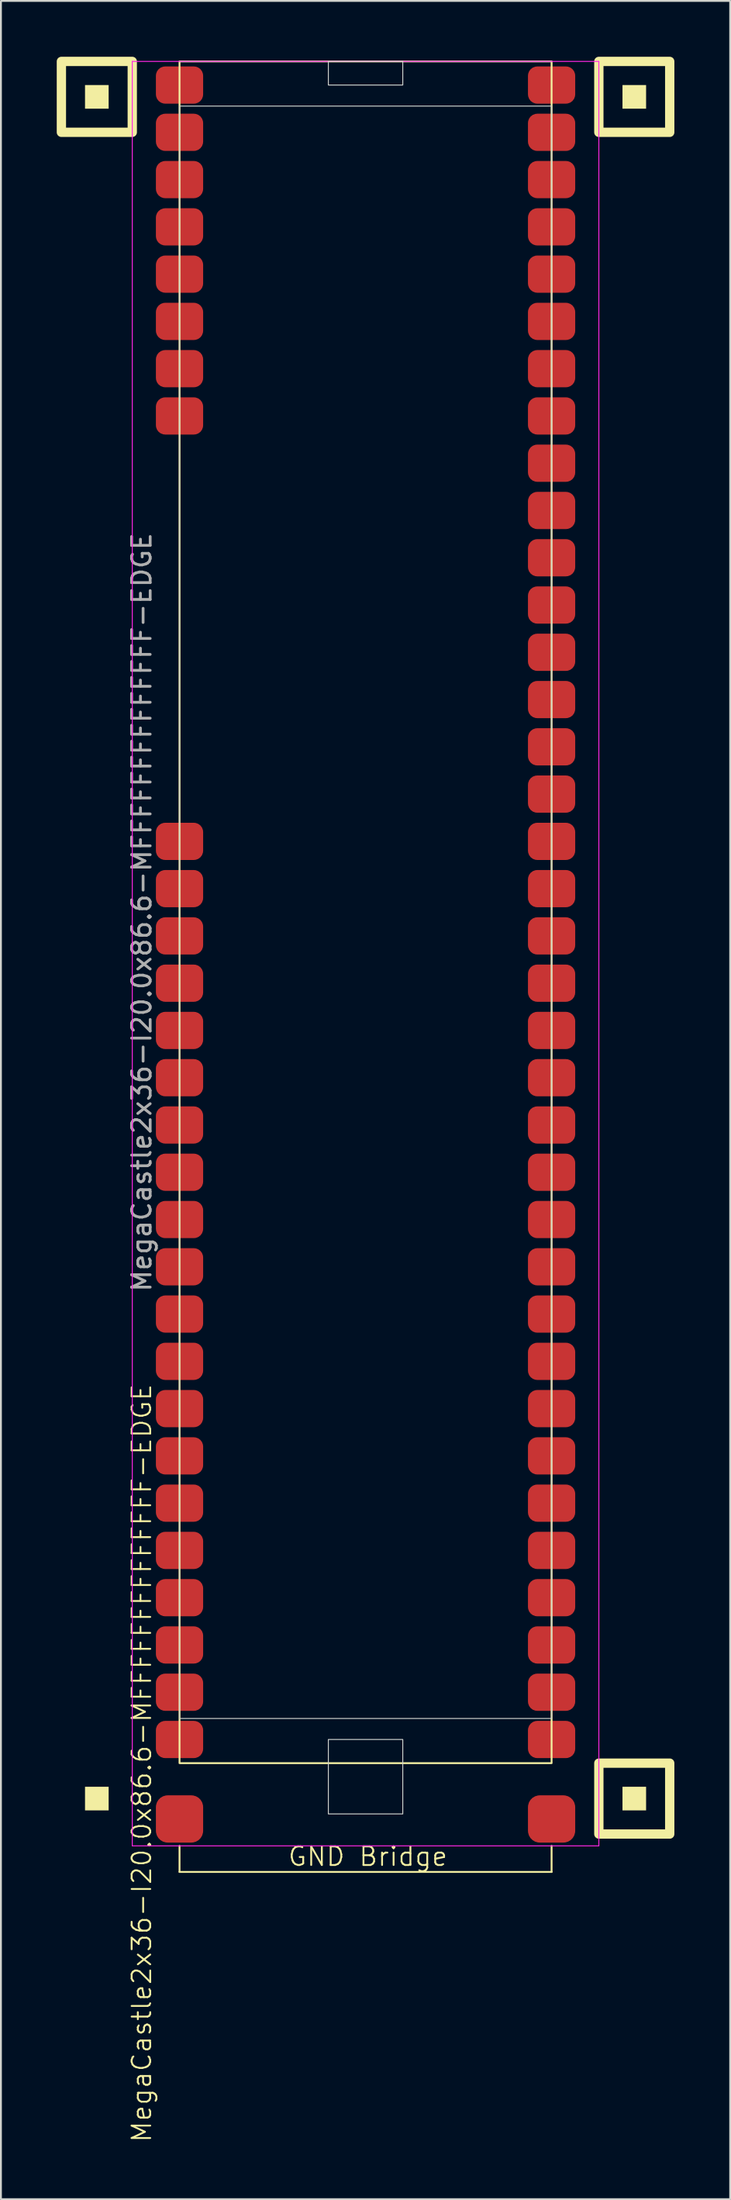
<source format=kicad_pcb>
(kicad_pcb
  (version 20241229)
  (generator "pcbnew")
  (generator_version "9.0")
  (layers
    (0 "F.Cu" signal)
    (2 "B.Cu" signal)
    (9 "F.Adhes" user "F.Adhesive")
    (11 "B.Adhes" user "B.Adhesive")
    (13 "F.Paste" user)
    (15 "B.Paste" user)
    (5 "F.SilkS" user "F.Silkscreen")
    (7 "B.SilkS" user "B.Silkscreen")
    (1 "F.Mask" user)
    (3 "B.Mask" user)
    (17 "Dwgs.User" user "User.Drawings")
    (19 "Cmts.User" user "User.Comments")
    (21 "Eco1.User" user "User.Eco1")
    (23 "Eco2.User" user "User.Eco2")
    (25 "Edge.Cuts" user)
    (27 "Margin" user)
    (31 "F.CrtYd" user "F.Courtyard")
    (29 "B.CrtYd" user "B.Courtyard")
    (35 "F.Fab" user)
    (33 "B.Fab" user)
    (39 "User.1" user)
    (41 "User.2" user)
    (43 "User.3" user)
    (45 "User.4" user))
  (footprint "MegaCastle2x36-I20.0x86.6-MFFFFFFFFFFFFFF-EDGE"
    (layer "F.Cu")
    (at 16.6 45.97)
    (property "Reference" "MegaCastle2x36-I20.0x86.6-MFFFFFFFFFFFFFF-EDGE" (at -12.032 45.72 90) (unlocked yes) (layer "F.SilkS") (effects (font (size 1 1) (thickness 0.1))))
    (attr smd)
    (fp_line (start -10 50.165) (end -10 51.565) (stroke (width 0.1) (type default)) (layer "F.SilkS"))
    (fp_line (start -10 51.565) (end 10 51.565) (stroke (width 0.1) (type default)) (layer "F.SilkS"))
    (fp_line (start 10 50.165) (end 10 51.565) (stroke (width 0.1) (type default)) (layer "F.SilkS"))
    (fp_rect (start -13.81 -43.18) (end -15.08 -44.45) (stroke (width 0) (type solid)) (fill yes) (layer "F.SilkS"))
    (fp_rect (start -13.81 48.26) (end -15.08 46.99) (stroke (width 0) (type solid)) (fill yes) (layer "F.SilkS"))
    (fp_rect (start -12.54 -41.91) (end -16.35 -45.72) (stroke (width 0.5) (type default)) (fill no) (layer "F.SilkS"))
    (fp_rect (start -10 -45.72) (end 10 45.72) (stroke (width 0.1) (type default)) (fill no) (layer "F.SilkS"))
    (fp_rect (start 15.08 -43.18) (end 13.81 -44.45) (stroke (width 0) (type solid)) (fill yes) (layer "F.SilkS"))
    (fp_rect (start 15.08 48.26) (end 13.81 46.99) (stroke (width 0) (type solid)) (fill yes) (layer "F.SilkS"))
    (fp_rect (start 16.35 -41.91) (end 12.54 -45.72) (stroke (width 0.5) (type default)) (fill no) (layer "F.SilkS"))
    (fp_rect (start 16.35 49.53) (end 12.54 45.72) (stroke (width 0.5) (type default)) (fill no) (layer "F.SilkS"))
    (fp_rect (start -10 -43.32) (end 10 43.32) (stroke (width 0.05) (type default)) (fill no) (layer "Edge.Cuts"))
    (fp_rect (start -2 -44.45) (end 2 -45.72) (stroke (width 0.05) (type default)) (fill no) (layer "Edge.Cuts"))
    (fp_rect (start -2 44.45) (end 2 48.45) (stroke (width 0.05) (type default)) (fill no) (layer "Edge.Cuts"))
    (fp_line (start -12.54 -45.72) (end -12.54 50.165) (stroke (width 0.05) (type default)) (layer "F.CrtYd"))
    (fp_line (start -12.54 50.165) (end 12.54 50.165) (stroke (width 0.05) (type default)) (layer "F.CrtYd"))
    (fp_line (start 12.54 -45.72) (end -12.54 -45.72) (stroke (width 0.05) (type default)) (layer "F.CrtYd"))
    (fp_line (start 12.54 -45.72) (end 12.54 50.165) (stroke (width 0.05) (type default)) (layer "F.CrtYd"))
    (fp_text user "GND Bridge" (at -4.226 51.32 0) (unlocked yes) (layer "F.SilkS") (effects (font (size 1 1) (thickness 0.1)) (justify left bottom)))
    (fp_text user "${REFERENCE}" (at -12.032 0 90) (unlocked yes) (layer "F.Fab") (effects (font (size 1 1) (thickness 0.15))))
    (pad "1" smd roundrect (at -10 -44.45) (size 2.54 2) (layers "F.Cu" "F.Mask" "F.Paste") (roundrect_rratio 0.25))
    (pad "2" smd roundrect (at -10 -41.91) (size 2.54 2) (layers "F.Cu" "F.Mask" "F.Paste") (roundrect_rratio 0.25))
    (pad "3" smd roundrect (at -10 -39.37) (size 2.54 2) (layers "F.Cu" "F.Mask" "F.Paste") (roundrect_rratio 0.25))
    (pad "4" smd roundrect (at -10 -36.83) (size 2.54 2) (layers "F.Cu" "F.Mask" "F.Paste") (roundrect_rratio 0.25))
    (pad "5" smd roundrect (at -10 -34.29) (size 2.54 2) (layers "F.Cu" "F.Mask" "F.Paste") (roundrect_rratio 0.25))
    (pad "6" smd roundrect (at -10 -31.75) (size 2.54 2) (layers "F.Cu" "F.Mask" "F.Paste") (roundrect_rratio 0.25))
    (pad "7" smd roundrect (at -10 -29.21) (size 2.54 2) (layers "F.Cu" "F.Mask" "F.Paste") (roundrect_rratio 0.25))
    (pad "8" smd roundrect (at -10 -26.67) (size 2.54 2) (layers "F.Cu" "F.Mask" "F.Paste") (roundrect_rratio 0.25))
    (pad "17" smd roundrect (at -10 -3.81) (size 2.54 2) (layers "F.Cu" "F.Mask" "F.Paste") (roundrect_rratio 0.25))
    (pad "18" smd roundrect (at -10 -1.27) (size 2.54 2) (layers "F.Cu" "F.Mask" "F.Paste") (roundrect_rratio 0.25))
    (pad "19" smd roundrect (at -10 1.27) (size 2.54 2) (layers "F.Cu" "F.Mask" "F.Paste") (roundrect_rratio 0.25))
    (pad "20" smd roundrect (at -10 3.81) (size 2.54 2) (layers "F.Cu" "F.Mask" "F.Paste") (roundrect_rratio 0.25))
    (pad "21" smd roundrect (at -10 6.35) (size 2.54 2) (layers "F.Cu" "F.Mask" "F.Paste") (roundrect_rratio 0.25))
    (pad "22" smd roundrect (at -10 8.89) (size 2.54 2) (layers "F.Cu" "F.Mask" "F.Paste") (roundrect_rratio 0.25))
    (pad "23" smd roundrect (at -10 11.43) (size 2.54 2) (layers "F.Cu" "F.Mask" "F.Paste") (roundrect_rratio 0.25))
    (pad "24" smd roundrect (at -10 13.97) (size 2.54 2) (layers "F.Cu" "F.Mask" "F.Paste") (roundrect_rratio 0.25))
    (pad "25" smd roundrect (at -10 16.51) (size 2.54 2) (layers "F.Cu" "F.Mask" "F.Paste") (roundrect_rratio 0.25))
    (pad "26" smd roundrect (at -10 19.05) (size 2.54 2) (layers "F.Cu" "F.Mask" "F.Paste") (roundrect_rratio 0.25))
    (pad "27" smd roundrect (at -10 21.59) (size 2.54 2) (layers "F.Cu" "F.Mask" "F.Paste") (roundrect_rratio 0.25))
    (pad "28" smd roundrect (at -10 24.13) (size 2.54 2) (layers "F.Cu" "F.Mask" "F.Paste") (roundrect_rratio 0.25))
    (pad "29" smd roundrect (at -10 26.67) (size 2.54 2) (layers "F.Cu" "F.Mask" "F.Paste") (roundrect_rratio 0.25))
    (pad "30" smd roundrect (at -10 29.21) (size 2.54 2) (layers "F.Cu" "F.Mask" "F.Paste") (roundrect_rratio 0.25))
    (pad "31" smd roundrect (at -10 31.75) (size 2.54 2) (layers "F.Cu" "F.Mask" "F.Paste") (roundrect_rratio 0.25))
    (pad "32" smd roundrect (at -10 34.29) (size 2.54 2) (layers "F.Cu" "F.Mask" "F.Paste") (roundrect_rratio 0.25))
    (pad "33" smd roundrect (at -10 36.83) (size 2.54 2) (layers "F.Cu" "F.Mask" "F.Paste") (roundrect_rratio 0.25))
    (pad "34" smd roundrect (at -10 39.37) (size 2.54 2) (layers "F.Cu" "F.Mask" "F.Paste") (roundrect_rratio 0.25))
    (pad "35" smd roundrect (at -10 41.91) (size 2.54 2) (layers "F.Cu" "F.Mask" "F.Paste") (roundrect_rratio 0.25))
    (pad "36" smd roundrect (at -10 44.45) (size 2.54 2) (layers "F.Cu" "F.Mask" "F.Paste") (roundrect_rratio 0.25))
    (pad "37" smd roundrect (at 10 -44.45) (size 2.54 2) (layers "F.Cu" "F.Mask" "F.Paste") (roundrect_rratio 0.25))
    (pad "38" smd roundrect (at 10 -41.91) (size 2.54 2) (layers "F.Cu" "F.Mask" "F.Paste") (roundrect_rratio 0.25))
    (pad "39" smd roundrect (at 10 -39.37) (size 2.54 2) (layers "F.Cu" "F.Mask" "F.Paste") (roundrect_rratio 0.25))
    (pad "40" smd roundrect (at 10 -36.83) (size 2.54 2) (layers "F.Cu" "F.Mask" "F.Paste") (roundrect_rratio 0.25))
    (pad "41" smd roundrect (at 10 -34.29) (size 2.54 2) (layers "F.Cu" "F.Mask" "F.Paste") (roundrect_rratio 0.25))
    (pad "42" smd roundrect (at 10 -31.75) (size 2.54 2) (layers "F.Cu" "F.Mask" "F.Paste") (roundrect_rratio 0.25))
    (pad "43" smd roundrect (at 10 -29.21) (size 2.54 2) (layers "F.Cu" "F.Mask" "F.Paste") (roundrect_rratio 0.25))
    (pad "44" smd roundrect (at 10 -26.67) (size 2.54 2) (layers "F.Cu" "F.Mask" "F.Paste") (roundrect_rratio 0.25))
    (pad "45" smd roundrect (at 10 -24.13) (size 2.54 2) (layers "F.Cu" "F.Mask" "F.Paste") (roundrect_rratio 0.25))
    (pad "46" smd roundrect (at 10 -21.59) (size 2.54 2) (layers "F.Cu" "F.Mask" "F.Paste") (roundrect_rratio 0.25))
    (pad "47" smd roundrect (at 10 -19.05) (size 2.54 2) (layers "F.Cu" "F.Mask" "F.Paste") (roundrect_rratio 0.25))
    (pad "48" smd roundrect (at 10 -16.51) (size 2.54 2) (layers "F.Cu" "F.Mask" "F.Paste") (roundrect_rratio 0.25))
    (pad "49" smd roundrect (at 10 -13.97) (size 2.54 2) (layers "F.Cu" "F.Mask" "F.Paste") (roundrect_rratio 0.25))
    (pad "50" smd roundrect (at 10 -11.43) (size 2.54 2) (layers "F.Cu" "F.Mask" "F.Paste") (roundrect_rratio 0.25))
    (pad "51" smd roundrect (at 10 -8.89) (size 2.54 2) (layers "F.Cu" "F.Mask" "F.Paste") (roundrect_rratio 0.25))
    (pad "52" smd roundrect (at 10 -6.35) (size 2.54 2) (layers "F.Cu" "F.Mask" "F.Paste") (roundrect_rratio 0.25))
    (pad "53" smd roundrect (at 10 -3.81) (size 2.54 2) (layers "F.Cu" "F.Mask" "F.Paste") (roundrect_rratio 0.25))
    (pad "54" smd roundrect (at 10 -1.27) (size 2.54 2) (layers "F.Cu" "F.Mask" "F.Paste") (roundrect_rratio 0.25))
    (pad "55" smd roundrect (at 10 1.27) (size 2.54 2) (layers "F.Cu" "F.Mask" "F.Paste") (roundrect_rratio 0.25))
    (pad "56" smd roundrect (at 10 3.81) (size 2.54 2) (layers "F.Cu" "F.Mask" "F.Paste") (roundrect_rratio 0.25))
    (pad "57" smd roundrect (at 10 6.35) (size 2.54 2) (layers "F.Cu" "F.Mask" "F.Paste") (roundrect_rratio 0.25))
    (pad "58" smd roundrect (at 10 8.89) (size 2.54 2) (layers "F.Cu" "F.Mask" "F.Paste") (roundrect_rratio 0.25))
    (pad "59" smd roundrect (at 10 11.43) (size 2.54 2) (layers "F.Cu" "F.Mask" "F.Paste") (roundrect_rratio 0.25))
    (pad "60" smd roundrect (at 10 13.97) (size 2.54 2) (layers "F.Cu" "F.Mask" "F.Paste") (roundrect_rratio 0.25))
    (pad "61" smd roundrect (at 10 16.51) (size 2.54 2) (layers "F.Cu" "F.Mask" "F.Paste") (roundrect_rratio 0.25))
    (pad "62" smd roundrect (at 10 19.05) (size 2.54 2) (layers "F.Cu" "F.Mask" "F.Paste") (roundrect_rratio 0.25))
    (pad "63" smd roundrect (at 10 21.59) (size 2.54 2) (layers "F.Cu" "F.Mask" "F.Paste") (roundrect_rratio 0.25))
    (pad "64" smd roundrect (at 10 24.13) (size 2.54 2) (layers "F.Cu" "F.Mask" "F.Paste") (roundrect_rratio 0.25))
    (pad "65" smd roundrect (at 10 26.67) (size 2.54 2) (layers "F.Cu" "F.Mask" "F.Paste") (roundrect_rratio 0.25))
    (pad "66" smd roundrect (at 10 29.21) (size 2.54 2) (layers "F.Cu" "F.Mask" "F.Paste") (roundrect_rratio 0.25))
    (pad "67" smd roundrect (at 10 31.75) (size 2.54 2) (layers "F.Cu" "F.Mask" "F.Paste") (roundrect_rratio 0.25))
    (pad "68" smd roundrect (at 10 34.29) (size 2.54 2) (layers "F.Cu" "F.Mask" "F.Paste") (roundrect_rratio 0.25))
    (pad "69" smd roundrect (at 10 36.83) (size 2.54 2) (layers "F.Cu" "F.Mask" "F.Paste") (roundrect_rratio 0.25))
    (pad "70" smd roundrect (at 10 39.37) (size 2.54 2) (layers "F.Cu" "F.Mask" "F.Paste") (roundrect_rratio 0.25))
    (pad "71" smd roundrect (at 10 41.91) (size 2.54 2) (layers "F.Cu" "F.Mask" "F.Paste") (roundrect_rratio 0.25))
    (pad "72" smd roundrect (at 10 44.45) (size 2.54 2) (layers "F.Cu" "F.Mask" "F.Paste") (roundrect_rratio 0.25))
    (pad "B1" smd roundrect (at -10 48.72) (size 2.54 2.54) (layers "F.Cu" "F.Mask" "F.Paste") (roundrect_rratio 0.25))
    (pad "B2" smd roundrect (at 10 48.72) (size 2.54 2.54) (layers "F.Cu" "F.Mask" "F.Paste") (roundrect_rratio 0.25)))
  (gr_rect
    (start -3 -3)
    (end 36.2 115.121)
    (stroke (width 0.1) (type default))
    (fill no)
    (layer "Edge.Cuts")))
</source>
